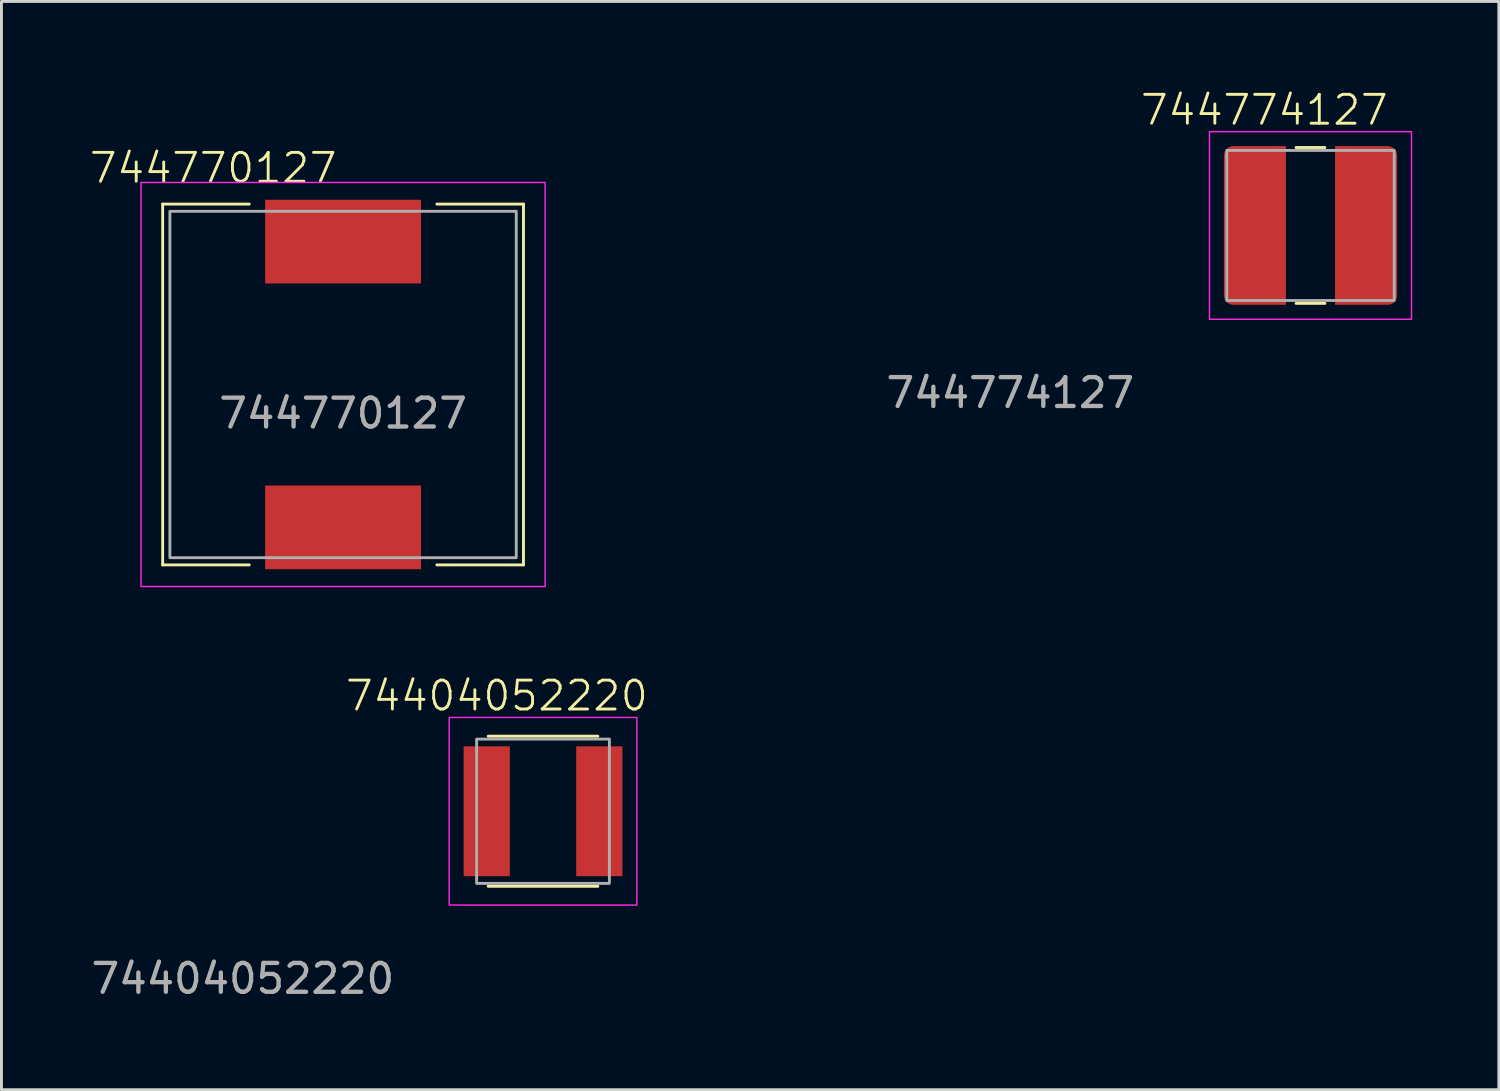
<source format=kicad_pcb>
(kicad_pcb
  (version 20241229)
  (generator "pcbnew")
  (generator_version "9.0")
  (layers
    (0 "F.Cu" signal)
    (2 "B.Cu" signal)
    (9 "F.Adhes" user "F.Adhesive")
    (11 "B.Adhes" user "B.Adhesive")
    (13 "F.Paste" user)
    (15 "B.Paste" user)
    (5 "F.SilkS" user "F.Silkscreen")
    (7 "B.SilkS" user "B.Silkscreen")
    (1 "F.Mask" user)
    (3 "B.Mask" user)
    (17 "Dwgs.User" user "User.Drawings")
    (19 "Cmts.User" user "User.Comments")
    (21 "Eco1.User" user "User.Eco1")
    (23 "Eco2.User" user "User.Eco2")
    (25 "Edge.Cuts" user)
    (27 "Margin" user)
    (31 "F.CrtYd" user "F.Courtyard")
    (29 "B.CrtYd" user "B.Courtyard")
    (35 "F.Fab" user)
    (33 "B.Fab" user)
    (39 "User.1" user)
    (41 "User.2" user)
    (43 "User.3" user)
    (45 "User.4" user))
  (footprint "744774127"
    (layer "F.Cu")
    (at 42.353 4.761)
    (property "Reference" "744774127" (at -1.6 -4 0) (unlocked yes) (layer "F.SilkS") (effects (font (size 1 1) (thickness 0.1))))
    (attr smd)
    (private_layers "User.2")
    (fp_line (start -0.5 -2.7) (end 0.5 -2.7) (stroke (width 0.1) (type default)) (layer "F.SilkS"))
    (fp_line (start -0.5 2.7) (end 0.5 2.7) (stroke (width 0.1) (type default)) (layer "F.SilkS"))
    (fp_rect (start -3.5 -3.25) (end 3.5 3.25) (stroke (width 0.05) (type default)) (fill no) (layer "F.CrtYd"))
    (fp_rect (start -2.9 -2.6) (end 2.9 2.6) (stroke (width 0.1) (type default)) (fill no) (layer "F.Fab"))
    (fp_text user "${REFERENCE}" (at -10.4 5.8 0) (unlocked yes) (layer "F.Fab") (effects (font (size 1 1) (thickness 0.15))))
    (dimension (type orthogonal) (layer "User.2") (pts (xy 39.353 7.188) (xy 45.353 7.188)) (height 3.373) (orientation 0) (format (prefix "") (suffix "") (units 3) (units_format 0) (precision 4) (suppress_zeroes yes)) (style (thickness 0.05) (arrow_length 0.2) (text_position_mode 0) (arrow_direction outward) (extension_height 0.586) (extension_offset 0.5) (keep_text_aligned yes)) (gr_text "6" (at 42.353 10.2 0) (layer "User.2") (effects (font (size 0.3 0.3) (thickness 0.06) (bold yes)))))
    (dimension (type orthogonal) (layer "User.2") (pts (xy 43.203 7.511) (xy 45.353 7.188)) (height 3.05) (orientation 0) (format (prefix "") (suffix "") (units 3) (units_format 0) (precision 4) (suppress_zeroes yes)) (style (thickness 0.05) (arrow_length 0.2) (text_position_mode 0) (arrow_direction outward) (extension_height 0.586) (extension_offset 0.5) (keep_text_aligned yes)) (gr_text "2.15" (at 44.278 10.2 0) (layer "User.2") (effects (font (size 0.3 0.3) (thickness 0.06) (bold yes)))))
    (dimension (type orthogonal) (layer "User.2") (pts (xy 41.503 2.01) (xy 43.203 2.01)) (height -1.95) (orientation 0) (format (prefix "") (suffix "") (units 3) (units_format 0) (precision 4) (suppress_zeroes yes)) (style (thickness 0.05) (arrow_length 0.2) (text_position_mode 0) (arrow_direction outward) (extension_height 0.586) (extension_offset 0.5) (keep_text_aligned yes)) (gr_text "1.7" (at 42.353 -0.299 0) (layer "User.2") (effects (font (size 0.3 0.3) (thickness 0.06) (bold yes)))))
    (dimension (type orthogonal) (layer "User.2") (pts (xy 45.031 2.01) (xy 45.031 7.511)) (height 4.122) (orientation 1) (format (prefix "") (suffix "") (units 3) (units_format 0) (precision 4) (suppress_zeroes yes)) (style (thickness 0.05) (arrow_length 0.2) (text_position_mode 0) (arrow_direction outward) (extension_height 0.586) (extension_offset 0.5) (keep_text_aligned yes)) (gr_text "5.5" (at 48.793 4.761 90) (layer "User.2") (effects (font (size 0.3 0.3) (thickness 0.06) (bold yes)))))
    (pad "1" smd custom (at -1.925 0 180) (size 2.15 2.15) (layers "F.Cu" "F.Mask" "F.Paste") (options (anchor circle)) (primitives (gr_poly (pts (xy -1.075 -2.428) (xy -1.064 -2.511) (xy -1.017 -2.612) (xy -0.937 -2.692) (xy -0.836 -2.739) (xy -0.752 -2.75) (xy 0.752 -2.75) (xy 0.836 -2.739) (xy 0.937 -2.692) (xy 1.017 -2.612) (xy 1.064 -2.511) (xy 1.075 -2.428) (xy 1.075 2.428) (xy 1.064 2.511) (xy 1.017 2.612) (xy 0.937 2.692) (xy 0.836 2.739) (xy 0.752 2.75) (xy -0.752 2.75) (xy -0.836 2.739) (xy -0.937 2.692) (xy -1.017 2.612) (xy -1.064 2.511) (xy -1.075 2.428)) (width 0) (fill yes)) (gr_rect (start -1.075 -2.75) (end 0 2.75) (width 0) (fill yes))))
    (pad "2" smd custom (at 1.925 0) (size 2.15 2.15) (layers "F.Cu" "F.Mask" "F.Paste") (options (anchor circle)) (primitives (gr_poly (pts (xy -1.075 -2.428) (xy -1.064 -2.511) (xy -1.017 -2.612) (xy -0.937 -2.692) (xy -0.836 -2.739) (xy -0.752 -2.75) (xy 0.752 -2.75) (xy 0.836 -2.739) (xy 0.937 -2.692) (xy 1.017 -2.612) (xy 1.064 -2.511) (xy 1.075 -2.428) (xy 1.075 2.428) (xy 1.064 2.511) (xy 1.017 2.612) (xy 0.937 2.692) (xy 0.836 2.739) (xy 0.752 2.75) (xy -0.752 2.75) (xy -0.836 2.739) (xy -0.937 2.692) (xy -1.017 2.612) (xy -1.064 2.511) (xy -1.075 2.428)) (width 0) (fill yes)) (gr_rect (start -1.075 -2.75) (end 0 2.75) (width 0) (fill yes)))))
  (footprint "74404052220"
    (layer "F.Cu")
    (at 15.763 25.056)
    (property "Reference" "74404052220" (at -1.6 -4 0) (unlocked yes) (layer "F.SilkS") (effects (font (size 1 1) (thickness 0.1))))
    (attr smd)
    (private_layers "User.2")
    (fp_line (start -1.9 -2.6) (end 1.9 -2.6) (stroke (width 0.1) (type default)) (layer "F.SilkS"))
    (fp_line (start -1.9 2.6) (end 1.9 2.6) (stroke (width 0.1) (type default)) (layer "F.SilkS"))
    (fp_rect (start -3.25 -3.25) (end 3.25 3.25) (stroke (width 0.05) (type default)) (fill no) (layer "F.CrtYd"))
    (fp_rect (start -2.3 -2.5) (end 2.3 2.5) (stroke (width 0.1) (type default)) (fill no) (layer "F.Fab"))
    (fp_text user "${REFERENCE}" (at -10.4 5.8 0) (unlocked yes) (layer "F.Fab") (effects (font (size 1 1) (thickness 0.15))))
    (dimension (type orthogonal) (layer "User.2") (pts (xy 16.913 27.306) (xy 18.513 27.306)) (height 3.15) (orientation 0) (format (prefix "") (suffix "") (units 3) (units_format 0) (precision 4) (suppress_zeroes yes)) (style (thickness 0.05) (arrow_length 0.2) (text_position_mode 0) (arrow_direction outward) (extension_height 0.586) (extension_offset 0.5) (keep_text_aligned yes)) (gr_text "1.6" (at 17.713 30.096 0) (layer "User.2") (effects (font (size 0.3 0.3) (thickness 0.06) (bold yes)))))
    (dimension (type orthogonal) (layer "User.2") (pts (xy 13.463 22.556) (xy 18.063 22.556)) (height -3) (orientation 0) (format (prefix "") (suffix "") (units 3) (units_format 0) (precision 4) (suppress_zeroes yes)) (style (thickness 0.05) (arrow_length 0.2) (text_position_mode 0) (arrow_direction outward) (extension_height 0.586) (extension_offset 0.5) (keep_text_aligned yes)) (gr_text "4.6" (at 15.763 19.196 0) (layer "User.2") (effects (font (size 0.3 0.3) (thickness 0.06) (bold yes)))))
    (dimension (type orthogonal) (layer "User.2") (pts (xy 18.513 22.806) (xy 18.513 27.306)) (height 4.75) (orientation 1) (format (prefix "") (suffix "") (units 3) (units_format 0) (precision 4) (suppress_zeroes yes)) (style (thickness 0.05) (arrow_length 0.2) (text_position_mode 0) (arrow_direction outward) (extension_height 0.586) (extension_offset 0.5) (keep_text_aligned yes)) (gr_text "4.5" (at 22.903 25.056 90) (layer "User.2") (effects (font (size 0.3 0.3) (thickness 0.06) (bold yes)))))
    (dimension (type orthogonal) (layer "User.2") (pts (xy 13.463 22.556) (xy 13.463 27.556)) (height -2.6) (orientation 1) (format (prefix "") (suffix "") (units 3) (units_format 0) (precision 4) (suppress_zeroes yes)) (style (thickness 0.05) (arrow_length 0.2) (text_position_mode 0) (arrow_direction outward) (extension_height 0.586) (extension_offset 0.5) (keep_text_aligned yes)) (gr_text "5" (at 10.503 25.056 90) (layer "User.2") (effects (font (size 0.3 0.3) (thickness 0.06) (bold yes)))))
    (dimension (type orthogonal) (layer "User.2") (pts (xy 14.613 27.306) (xy 16.913 27.306)) (height 3.15) (orientation 0) (format (prefix "") (suffix "") (units 3) (units_format 0) (precision 4) (suppress_zeroes yes)) (style (thickness 0.05) (arrow_length 0.2) (text_position_mode 0) (arrow_direction outward) (extension_height 0.586) (extension_offset 0.5) (keep_text_aligned yes)) (gr_text "2.3" (at 15.763 30.096 0) (layer "User.2") (effects (font (size 0.3 0.3) (thickness 0.06) (bold yes)))))
    (pad "1" smd rect (at -1.95 0) (size 1.6 4.5) (layers "F.Cu" "F.Mask" "F.Paste"))
    (pad "2" smd rect (at 1.95 0) (size 1.6 4.5) (layers "F.Cu" "F.Mask" "F.Paste")))
  (footprint "744770127"
    (layer "F.Cu")
    (at 8.836 10.271)
    (property "Reference" "744770127" (at -4.5 -7.5 0) (unlocked yes) (layer "F.SilkS") (effects (font (size 1 1) (thickness 0.1))))
    (attr smd)
    (fp_line (start -6.25 -6.25) (end -6.25 6.25) (stroke (width 0.1) (type default)) (layer "F.SilkS"))
    (fp_line (start -6.25 6.25) (end -3.25 6.25) (stroke (width 0.1) (type default)) (layer "F.SilkS"))
    (fp_line (start -3.25 -6.25) (end -6.25 -6.25) (stroke (width 0.1) (type default)) (layer "F.SilkS"))
    (fp_line (start 3.25 6.25) (end 6.25 6.25) (stroke (width 0.1) (type default)) (layer "F.SilkS"))
    (fp_line (start 6.25 -6.25) (end 3.25 -6.25) (stroke (width 0.1) (type default)) (layer "F.SilkS"))
    (fp_line (start 6.25 6.25) (end 6.25 -6.25) (stroke (width 0.1) (type default)) (layer "F.SilkS"))
    (fp_rect (start -7 -7) (end 7 7) (stroke (width 0.05) (type default)) (fill no) (layer "F.CrtYd"))
    (fp_rect (start -6 -6) (end 6 6) (stroke (width 0.1) (type default)) (fill no) (layer "F.Fab"))
    (fp_text user "${REFERENCE}" (at 0 1 0) (unlocked yes) (layer "F.Fab") (effects (font (size 1 1) (thickness 0.15))))
    (dimension (type orthogonal) (layer "User.1") (pts (xy 11.536 3.87) (xy 11.536 16.671)) (height 9.8) (orientation 1) (format (prefix "") (suffix "") (units 3) (units_format 0) (precision 4) (suppress_zeroes yes)) (style (thickness 0.1) (arrow_length 1.27) (text_position_mode 2) (arrow_direction outward) (extension_height 0.586) (extension_offset 0.5) (keep_text_aligned yes)) (gr_text "12.8" (at 22.826 10.271 90) (layer "User.1") (effects (font (size 1 1) (thickness 0.1)))))
    (dimension (type orthogonal) (layer "User.1") (pts (xy 6.136 3.87) (xy 11.536 3.87)) (height -2.01) (orientation 0) (format (prefix "") (suffix "") (units 3) (units_format 0) (precision 4) (suppress_zeroes yes)) (style (thickness 0.1) (arrow_length 1.27) (text_position_mode 0) (arrow_direction outward) (extension_height 0.586) (extension_offset 0.5) (keep_text_aligned yes)) (gr_text "5.4" (at 8.836 0.76 0) (layer "User.1") (effects (font (size 1 1) (thickness 0.1)))))
    (dimension (type orthogonal) (layer "User.1") (pts (xy 11.536 6.771) (xy 11.536 13.771)) (height 7.8) (orientation 1) (format (prefix "") (suffix "") (units 3) (units_format 0) (precision 4) (suppress_zeroes yes)) (style (thickness 0.1) (arrow_length 1.27) (text_position_mode 0) (arrow_direction outward) (extension_height 0.586) (extension_offset 0.5) (keep_text_aligned yes)) (gr_text "7" (at 18.236 10.271 90) (layer "User.1") (effects (font (size 1 1) (thickness 0.1)))))
    (dimension (type orthogonal) (layer "User.1") (pts (xy 11.536 6.771) (xy 11.536 3.87)) (height 7.8) (orientation 1) (format (prefix "") (suffix "") (units 3) (units_format 0) (precision 4) (suppress_zeroes yes)) (style (thickness 0.1) (arrow_length 1.27) (text_position_mode 0) (arrow_direction outward) (extension_height 0.586) (extension_offset 0.5) (keep_text_aligned yes)) (gr_text "2.9" (at 18.236 5.321 90) (layer "User.1") (effects (font (size 1 1) (thickness 0.1)))))
    (pad "1" smd rect (at 0 -4.95) (size 5.4 2.9) (layers "F.Cu" "F.Mask" "F.Paste"))
    (pad "2" smd rect (at 0 4.95) (size 5.4 2.9) (layers "F.Cu" "F.Mask" "F.Paste")))
  (gr_rect
    (start -3 -3)
    (end 48.878 34.704)
    (stroke (width 0.1) (type default))
    (fill no)
    (layer "Edge.Cuts")))
</source>
